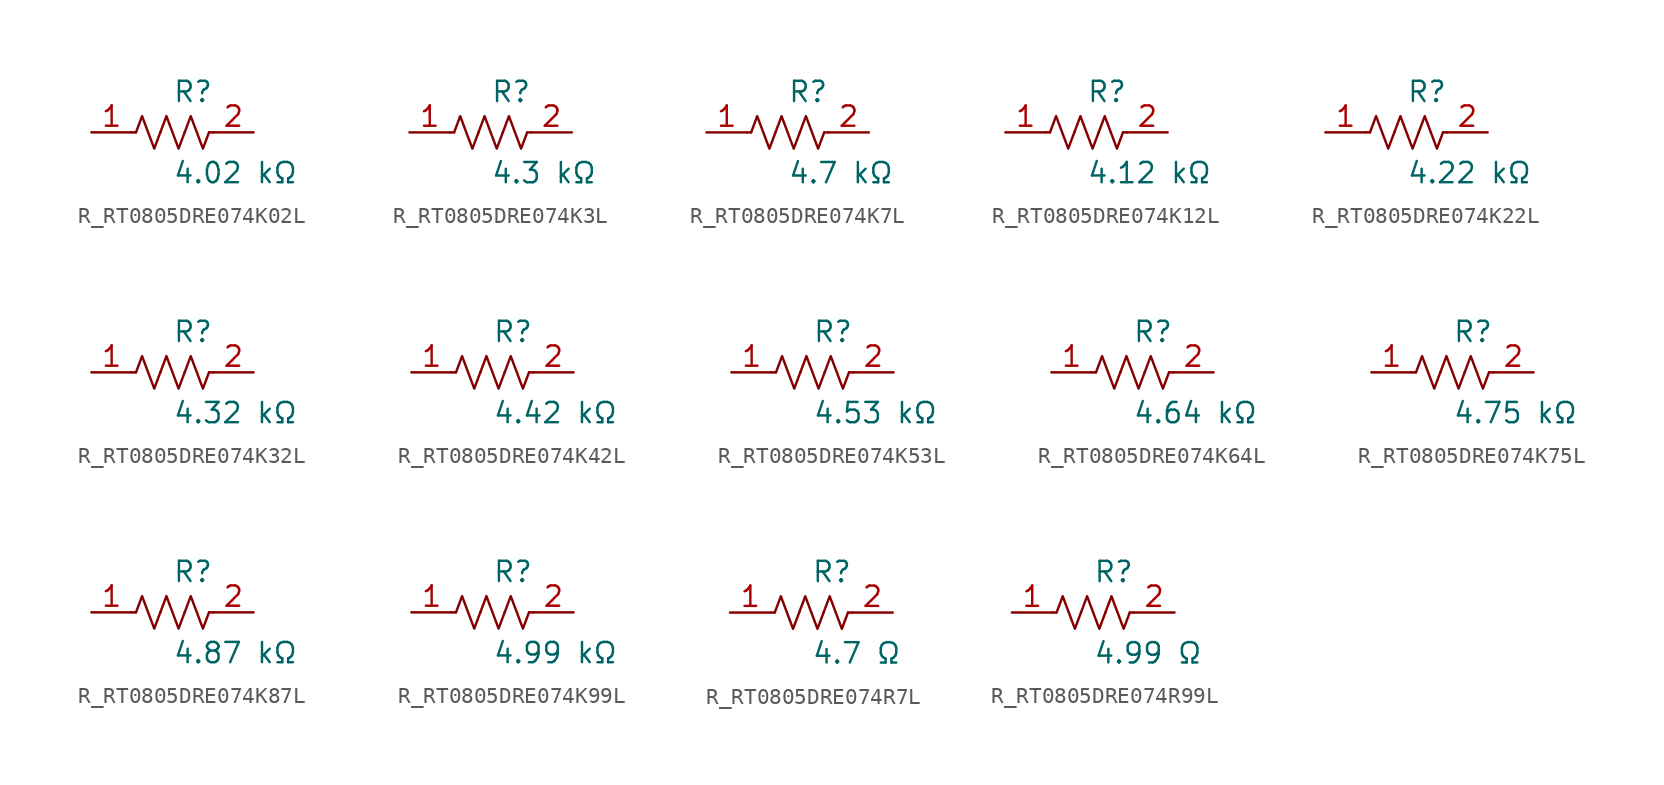
<source format=kicad_sym>
(kicad_symbol_lib
  (version 20231120)
  (generator kicad_symbol_editor)
  (generator_version 8.0)
  (symbol "R_RT0805DRE074K02L"
    (pin_names
      (offset 0.254))
    (property "Reference" "R"
      (at 0 2.54 0)
      (effects (font (size 1.27 1.27)) (justify left)))
    (property "Value" "4.02 kΩ"
      (at 0 -2.54 0)
      (effects (font (size 1.27 1.27)) (justify left)))
    (symbol "R_RT0805DRE074K02L_0_1"
      (polyline (pts (xy 2.286 0) (xy 2.54 0)) (stroke (width 0) (type default)) (fill (type none)))
      (polyline (pts (xy -2.286 0) (xy -2.54 0)) (stroke (width 0) (type default)) (fill (type none)))
      (polyline (pts (xy 0.762 0) (xy 1.143 1.016) (xy 1.524 0) (xy 1.905 -1.016) (xy 2.286 0)) (stroke (width 0) (type default)) (fill (type none)))
      (polyline (pts (xy -0.762 0) (xy -0.381 1.016) (xy 0 0) (xy 0.381 -1.016) (xy 0.762 0)) (stroke (width 0) (type default)) (fill (type none)))
      (polyline (pts (xy -2.286 0) (xy -1.905 1.016) (xy -1.524 0) (xy -1.143 -1.016) (xy -0.762 0)) (stroke (width 0) (type default)) (fill (type none))))
    (pin passive line
      (at -5.08 0 0)
      (length 2.54)
      (name "" (effects (font (size 1.27 1.27))))
      (number "1" (effects (font (size 1.27 1.27)))))
    (pin passive line
      (at 5.08 0 180)
      (length 2.54)
      (name "" (effects (font (size 1.27 1.27))))
      (number "2" (effects (font (size 1.27 1.27))))))
  (symbol "R_RT0805DRE074K3L"
    (pin_names
      (offset 0.254))
    (property "Reference" "R"
      (at 0 2.54 0)
      (effects (font (size 1.27 1.27)) (justify left)))
    (property "Value" "4.3 kΩ"
      (at 0 -2.54 0)
      (effects (font (size 1.27 1.27)) (justify left)))
    (symbol "R_RT0805DRE074K3L_0_1"
      (polyline (pts (xy 2.286 0) (xy 2.54 0)) (stroke (width 0) (type default)) (fill (type none)))
      (polyline (pts (xy -2.286 0) (xy -2.54 0)) (stroke (width 0) (type default)) (fill (type none)))
      (polyline (pts (xy 0.762 0) (xy 1.143 1.016) (xy 1.524 0) (xy 1.905 -1.016) (xy 2.286 0)) (stroke (width 0) (type default)) (fill (type none)))
      (polyline (pts (xy -0.762 0) (xy -0.381 1.016) (xy 0 0) (xy 0.381 -1.016) (xy 0.762 0)) (stroke (width 0) (type default)) (fill (type none)))
      (polyline (pts (xy -2.286 0) (xy -1.905 1.016) (xy -1.524 0) (xy -1.143 -1.016) (xy -0.762 0)) (stroke (width 0) (type default)) (fill (type none))))
    (pin passive line
      (at -5.08 0 0)
      (length 2.54)
      (name "" (effects (font (size 1.27 1.27))))
      (number "1" (effects (font (size 1.27 1.27)))))
    (pin passive line
      (at 5.08 0 180)
      (length 2.54)
      (name "" (effects (font (size 1.27 1.27))))
      (number "2" (effects (font (size 1.27 1.27))))))
  (symbol "R_RT0805DRE074K7L"
    (pin_names
      (offset 0.254))
    (property "Reference" "R"
      (at 0 2.54 0)
      (effects (font (size 1.27 1.27)) (justify left)))
    (property "Value" "4.7 kΩ"
      (at 0 -2.54 0)
      (effects (font (size 1.27 1.27)) (justify left)))
    (symbol "R_RT0805DRE074K7L_0_1"
      (polyline (pts (xy 2.286 0) (xy 2.54 0)) (stroke (width 0) (type default)) (fill (type none)))
      (polyline (pts (xy -2.286 0) (xy -2.54 0)) (stroke (width 0) (type default)) (fill (type none)))
      (polyline (pts (xy 0.762 0) (xy 1.143 1.016) (xy 1.524 0) (xy 1.905 -1.016) (xy 2.286 0)) (stroke (width 0) (type default)) (fill (type none)))
      (polyline (pts (xy -0.762 0) (xy -0.381 1.016) (xy 0 0) (xy 0.381 -1.016) (xy 0.762 0)) (stroke (width 0) (type default)) (fill (type none)))
      (polyline (pts (xy -2.286 0) (xy -1.905 1.016) (xy -1.524 0) (xy -1.143 -1.016) (xy -0.762 0)) (stroke (width 0) (type default)) (fill (type none))))
    (pin passive line
      (at -5.08 0 0)
      (length 2.54)
      (name "" (effects (font (size 1.27 1.27))))
      (number "1" (effects (font (size 1.27 1.27)))))
    (pin passive line
      (at 5.08 0 180)
      (length 2.54)
      (name "" (effects (font (size 1.27 1.27))))
      (number "2" (effects (font (size 1.27 1.27))))))
  (symbol "R_RT0805DRE074K12L"
    (pin_names
      (offset 0.254))
    (property "Reference" "R"
      (at 0 2.54 0)
      (effects (font (size 1.27 1.27)) (justify left)))
    (property "Value" "4.12 kΩ"
      (at 0 -2.54 0)
      (effects (font (size 1.27 1.27)) (justify left)))
    (symbol "R_RT0805DRE074K12L_0_1"
      (polyline (pts (xy 2.286 0) (xy 2.54 0)) (stroke (width 0) (type default)) (fill (type none)))
      (polyline (pts (xy -2.286 0) (xy -2.54 0)) (stroke (width 0) (type default)) (fill (type none)))
      (polyline (pts (xy 0.762 0) (xy 1.143 1.016) (xy 1.524 0) (xy 1.905 -1.016) (xy 2.286 0)) (stroke (width 0) (type default)) (fill (type none)))
      (polyline (pts (xy -0.762 0) (xy -0.381 1.016) (xy 0 0) (xy 0.381 -1.016) (xy 0.762 0)) (stroke (width 0) (type default)) (fill (type none)))
      (polyline (pts (xy -2.286 0) (xy -1.905 1.016) (xy -1.524 0) (xy -1.143 -1.016) (xy -0.762 0)) (stroke (width 0) (type default)) (fill (type none))))
    (pin passive line
      (at -5.08 0 0)
      (length 2.54)
      (name "" (effects (font (size 1.27 1.27))))
      (number "1" (effects (font (size 1.27 1.27)))))
    (pin passive line
      (at 5.08 0 180)
      (length 2.54)
      (name "" (effects (font (size 1.27 1.27))))
      (number "2" (effects (font (size 1.27 1.27))))))
  (symbol "R_RT0805DRE074K22L"
    (pin_names
      (offset 0.254))
    (property "Reference" "R"
      (at 0 2.54 0)
      (effects (font (size 1.27 1.27)) (justify left)))
    (property "Value" "4.22 kΩ"
      (at 0 -2.54 0)
      (effects (font (size 1.27 1.27)) (justify left)))
    (symbol "R_RT0805DRE074K22L_0_1"
      (polyline (pts (xy 2.286 0) (xy 2.54 0)) (stroke (width 0) (type default)) (fill (type none)))
      (polyline (pts (xy -2.286 0) (xy -2.54 0)) (stroke (width 0) (type default)) (fill (type none)))
      (polyline (pts (xy 0.762 0) (xy 1.143 1.016) (xy 1.524 0) (xy 1.905 -1.016) (xy 2.286 0)) (stroke (width 0) (type default)) (fill (type none)))
      (polyline (pts (xy -0.762 0) (xy -0.381 1.016) (xy 0 0) (xy 0.381 -1.016) (xy 0.762 0)) (stroke (width 0) (type default)) (fill (type none)))
      (polyline (pts (xy -2.286 0) (xy -1.905 1.016) (xy -1.524 0) (xy -1.143 -1.016) (xy -0.762 0)) (stroke (width 0) (type default)) (fill (type none))))
    (pin passive line
      (at -5.08 0 0)
      (length 2.54)
      (name "" (effects (font (size 1.27 1.27))))
      (number "1" (effects (font (size 1.27 1.27)))))
    (pin passive line
      (at 5.08 0 180)
      (length 2.54)
      (name "" (effects (font (size 1.27 1.27))))
      (number "2" (effects (font (size 1.27 1.27))))))
  (symbol "R_RT0805DRE074K32L"
    (pin_names
      (offset 0.254))
    (property "Reference" "R"
      (at 0 2.54 0)
      (effects (font (size 1.27 1.27)) (justify left)))
    (property "Value" "4.32 kΩ"
      (at 0 -2.54 0)
      (effects (font (size 1.27 1.27)) (justify left)))
    (symbol "R_RT0805DRE074K32L_0_1"
      (polyline (pts (xy 2.286 0) (xy 2.54 0)) (stroke (width 0) (type default)) (fill (type none)))
      (polyline (pts (xy -2.286 0) (xy -2.54 0)) (stroke (width 0) (type default)) (fill (type none)))
      (polyline (pts (xy 0.762 0) (xy 1.143 1.016) (xy 1.524 0) (xy 1.905 -1.016) (xy 2.286 0)) (stroke (width 0) (type default)) (fill (type none)))
      (polyline (pts (xy -0.762 0) (xy -0.381 1.016) (xy 0 0) (xy 0.381 -1.016) (xy 0.762 0)) (stroke (width 0) (type default)) (fill (type none)))
      (polyline (pts (xy -2.286 0) (xy -1.905 1.016) (xy -1.524 0) (xy -1.143 -1.016) (xy -0.762 0)) (stroke (width 0) (type default)) (fill (type none))))
    (pin passive line
      (at -5.08 0 0)
      (length 2.54)
      (name "" (effects (font (size 1.27 1.27))))
      (number "1" (effects (font (size 1.27 1.27)))))
    (pin passive line
      (at 5.08 0 180)
      (length 2.54)
      (name "" (effects (font (size 1.27 1.27))))
      (number "2" (effects (font (size 1.27 1.27))))))
  (symbol "R_RT0805DRE074K42L"
    (pin_names
      (offset 0.254))
    (property "Reference" "R"
      (at 0 2.54 0)
      (effects (font (size 1.27 1.27)) (justify left)))
    (property "Value" "4.42 kΩ"
      (at 0 -2.54 0)
      (effects (font (size 1.27 1.27)) (justify left)))
    (symbol "R_RT0805DRE074K42L_0_1"
      (polyline (pts (xy 2.286 0) (xy 2.54 0)) (stroke (width 0) (type default)) (fill (type none)))
      (polyline (pts (xy -2.286 0) (xy -2.54 0)) (stroke (width 0) (type default)) (fill (type none)))
      (polyline (pts (xy 0.762 0) (xy 1.143 1.016) (xy 1.524 0) (xy 1.905 -1.016) (xy 2.286 0)) (stroke (width 0) (type default)) (fill (type none)))
      (polyline (pts (xy -0.762 0) (xy -0.381 1.016) (xy 0 0) (xy 0.381 -1.016) (xy 0.762 0)) (stroke (width 0) (type default)) (fill (type none)))
      (polyline (pts (xy -2.286 0) (xy -1.905 1.016) (xy -1.524 0) (xy -1.143 -1.016) (xy -0.762 0)) (stroke (width 0) (type default)) (fill (type none))))
    (pin passive line
      (at -5.08 0 0)
      (length 2.54)
      (name "" (effects (font (size 1.27 1.27))))
      (number "1" (effects (font (size 1.27 1.27)))))
    (pin passive line
      (at 5.08 0 180)
      (length 2.54)
      (name "" (effects (font (size 1.27 1.27))))
      (number "2" (effects (font (size 1.27 1.27))))))
  (symbol "R_RT0805DRE074K53L"
    (pin_names
      (offset 0.254))
    (property "Reference" "R"
      (at 0 2.54 0)
      (effects (font (size 1.27 1.27)) (justify left)))
    (property "Value" "4.53 kΩ"
      (at 0 -2.54 0)
      (effects (font (size 1.27 1.27)) (justify left)))
    (symbol "R_RT0805DRE074K53L_0_1"
      (polyline (pts (xy 2.286 0) (xy 2.54 0)) (stroke (width 0) (type default)) (fill (type none)))
      (polyline (pts (xy -2.286 0) (xy -2.54 0)) (stroke (width 0) (type default)) (fill (type none)))
      (polyline (pts (xy 0.762 0) (xy 1.143 1.016) (xy 1.524 0) (xy 1.905 -1.016) (xy 2.286 0)) (stroke (width 0) (type default)) (fill (type none)))
      (polyline (pts (xy -0.762 0) (xy -0.381 1.016) (xy 0 0) (xy 0.381 -1.016) (xy 0.762 0)) (stroke (width 0) (type default)) (fill (type none)))
      (polyline (pts (xy -2.286 0) (xy -1.905 1.016) (xy -1.524 0) (xy -1.143 -1.016) (xy -0.762 0)) (stroke (width 0) (type default)) (fill (type none))))
    (pin passive line
      (at -5.08 0 0)
      (length 2.54)
      (name "" (effects (font (size 1.27 1.27))))
      (number "1" (effects (font (size 1.27 1.27)))))
    (pin passive line
      (at 5.08 0 180)
      (length 2.54)
      (name "" (effects (font (size 1.27 1.27))))
      (number "2" (effects (font (size 1.27 1.27))))))
  (symbol "R_RT0805DRE074K64L"
    (pin_names
      (offset 0.254))
    (property "Reference" "R"
      (at 0 2.54 0)
      (effects (font (size 1.27 1.27)) (justify left)))
    (property "Value" "4.64 kΩ"
      (at 0 -2.54 0)
      (effects (font (size 1.27 1.27)) (justify left)))
    (symbol "R_RT0805DRE074K64L_0_1"
      (polyline (pts (xy 2.286 0) (xy 2.54 0)) (stroke (width 0) (type default)) (fill (type none)))
      (polyline (pts (xy -2.286 0) (xy -2.54 0)) (stroke (width 0) (type default)) (fill (type none)))
      (polyline (pts (xy 0.762 0) (xy 1.143 1.016) (xy 1.524 0) (xy 1.905 -1.016) (xy 2.286 0)) (stroke (width 0) (type default)) (fill (type none)))
      (polyline (pts (xy -0.762 0) (xy -0.381 1.016) (xy 0 0) (xy 0.381 -1.016) (xy 0.762 0)) (stroke (width 0) (type default)) (fill (type none)))
      (polyline (pts (xy -2.286 0) (xy -1.905 1.016) (xy -1.524 0) (xy -1.143 -1.016) (xy -0.762 0)) (stroke (width 0) (type default)) (fill (type none))))
    (pin passive line
      (at -5.08 0 0)
      (length 2.54)
      (name "" (effects (font (size 1.27 1.27))))
      (number "1" (effects (font (size 1.27 1.27)))))
    (pin passive line
      (at 5.08 0 180)
      (length 2.54)
      (name "" (effects (font (size 1.27 1.27))))
      (number "2" (effects (font (size 1.27 1.27))))))
  (symbol "R_RT0805DRE074K75L"
    (pin_names
      (offset 0.254))
    (property "Reference" "R"
      (at 0 2.54 0)
      (effects (font (size 1.27 1.27)) (justify left)))
    (property "Value" "4.75 kΩ"
      (at 0 -2.54 0)
      (effects (font (size 1.27 1.27)) (justify left)))
    (symbol "R_RT0805DRE074K75L_0_1"
      (polyline (pts (xy 2.286 0) (xy 2.54 0)) (stroke (width 0) (type default)) (fill (type none)))
      (polyline (pts (xy -2.286 0) (xy -2.54 0)) (stroke (width 0) (type default)) (fill (type none)))
      (polyline (pts (xy 0.762 0) (xy 1.143 1.016) (xy 1.524 0) (xy 1.905 -1.016) (xy 2.286 0)) (stroke (width 0) (type default)) (fill (type none)))
      (polyline (pts (xy -0.762 0) (xy -0.381 1.016) (xy 0 0) (xy 0.381 -1.016) (xy 0.762 0)) (stroke (width 0) (type default)) (fill (type none)))
      (polyline (pts (xy -2.286 0) (xy -1.905 1.016) (xy -1.524 0) (xy -1.143 -1.016) (xy -0.762 0)) (stroke (width 0) (type default)) (fill (type none))))
    (pin passive line
      (at -5.08 0 0)
      (length 2.54)
      (name "" (effects (font (size 1.27 1.27))))
      (number "1" (effects (font (size 1.27 1.27)))))
    (pin passive line
      (at 5.08 0 180)
      (length 2.54)
      (name "" (effects (font (size 1.27 1.27))))
      (number "2" (effects (font (size 1.27 1.27))))))
  (symbol "R_RT0805DRE074K87L"
    (pin_names
      (offset 0.254))
    (property "Reference" "R"
      (at 0 2.54 0)
      (effects (font (size 1.27 1.27)) (justify left)))
    (property "Value" "4.87 kΩ"
      (at 0 -2.54 0)
      (effects (font (size 1.27 1.27)) (justify left)))
    (symbol "R_RT0805DRE074K87L_0_1"
      (polyline (pts (xy 2.286 0) (xy 2.54 0)) (stroke (width 0) (type default)) (fill (type none)))
      (polyline (pts (xy -2.286 0) (xy -2.54 0)) (stroke (width 0) (type default)) (fill (type none)))
      (polyline (pts (xy 0.762 0) (xy 1.143 1.016) (xy 1.524 0) (xy 1.905 -1.016) (xy 2.286 0)) (stroke (width 0) (type default)) (fill (type none)))
      (polyline (pts (xy -0.762 0) (xy -0.381 1.016) (xy 0 0) (xy 0.381 -1.016) (xy 0.762 0)) (stroke (width 0) (type default)) (fill (type none)))
      (polyline (pts (xy -2.286 0) (xy -1.905 1.016) (xy -1.524 0) (xy -1.143 -1.016) (xy -0.762 0)) (stroke (width 0) (type default)) (fill (type none))))
    (pin passive line
      (at -5.08 0 0)
      (length 2.54)
      (name "" (effects (font (size 1.27 1.27))))
      (number "1" (effects (font (size 1.27 1.27)))))
    (pin passive line
      (at 5.08 0 180)
      (length 2.54)
      (name "" (effects (font (size 1.27 1.27))))
      (number "2" (effects (font (size 1.27 1.27))))))
  (symbol "R_RT0805DRE074K99L"
    (pin_names
      (offset 0.254))
    (property "Reference" "R"
      (at 0 2.54 0)
      (effects (font (size 1.27 1.27)) (justify left)))
    (property "Value" "4.99 kΩ"
      (at 0 -2.54 0)
      (effects (font (size 1.27 1.27)) (justify left)))
    (symbol "R_RT0805DRE074K99L_0_1"
      (polyline (pts (xy 2.286 0) (xy 2.54 0)) (stroke (width 0) (type default)) (fill (type none)))
      (polyline (pts (xy -2.286 0) (xy -2.54 0)) (stroke (width 0) (type default)) (fill (type none)))
      (polyline (pts (xy 0.762 0) (xy 1.143 1.016) (xy 1.524 0) (xy 1.905 -1.016) (xy 2.286 0)) (stroke (width 0) (type default)) (fill (type none)))
      (polyline (pts (xy -0.762 0) (xy -0.381 1.016) (xy 0 0) (xy 0.381 -1.016) (xy 0.762 0)) (stroke (width 0) (type default)) (fill (type none)))
      (polyline (pts (xy -2.286 0) (xy -1.905 1.016) (xy -1.524 0) (xy -1.143 -1.016) (xy -0.762 0)) (stroke (width 0) (type default)) (fill (type none))))
    (pin passive line
      (at -5.08 0 0)
      (length 2.54)
      (name "" (effects (font (size 1.27 1.27))))
      (number "1" (effects (font (size 1.27 1.27)))))
    (pin passive line
      (at 5.08 0 180)
      (length 2.54)
      (name "" (effects (font (size 1.27 1.27))))
      (number "2" (effects (font (size 1.27 1.27))))))
  (symbol "R_RT0805DRE074R7L"
    (pin_names
      (offset 0.254))
    (property "Reference" "R"
      (at 0 2.54 0)
      (effects (font (size 1.27 1.27)) (justify left)))
    (property "Value" "4.7 Ω"
      (at 0 -2.54 0)
      (effects (font (size 1.27 1.27)) (justify left)))
    (symbol "R_RT0805DRE074R7L_0_1"
      (polyline (pts (xy 2.286 0) (xy 2.54 0)) (stroke (width 0) (type default)) (fill (type none)))
      (polyline (pts (xy -2.286 0) (xy -2.54 0)) (stroke (width 0) (type default)) (fill (type none)))
      (polyline (pts (xy 0.762 0) (xy 1.143 1.016) (xy 1.524 0) (xy 1.905 -1.016) (xy 2.286 0)) (stroke (width 0) (type default)) (fill (type none)))
      (polyline (pts (xy -0.762 0) (xy -0.381 1.016) (xy 0 0) (xy 0.381 -1.016) (xy 0.762 0)) (stroke (width 0) (type default)) (fill (type none)))
      (polyline (pts (xy -2.286 0) (xy -1.905 1.016) (xy -1.524 0) (xy -1.143 -1.016) (xy -0.762 0)) (stroke (width 0) (type default)) (fill (type none))))
    (pin passive line
      (at -5.08 0 0)
      (length 2.54)
      (name "" (effects (font (size 1.27 1.27))))
      (number "1" (effects (font (size 1.27 1.27)))))
    (pin passive line
      (at 5.08 0 180)
      (length 2.54)
      (name "" (effects (font (size 1.27 1.27))))
      (number "2" (effects (font (size 1.27 1.27))))))
  (symbol "R_RT0805DRE074R99L"
    (pin_names
      (offset 0.254))
    (property "Reference" "R"
      (at 0 2.54 0)
      (effects (font (size 1.27 1.27)) (justify left)))
    (property "Value" "4.99 Ω"
      (at 0 -2.54 0)
      (effects (font (size 1.27 1.27)) (justify left)))
    (symbol "R_RT0805DRE074R99L_0_1"
      (polyline (pts (xy 2.286 0) (xy 2.54 0)) (stroke (width 0) (type default)) (fill (type none)))
      (polyline (pts (xy -2.286 0) (xy -2.54 0)) (stroke (width 0) (type default)) (fill (type none)))
      (polyline (pts (xy 0.762 0) (xy 1.143 1.016) (xy 1.524 0) (xy 1.905 -1.016) (xy 2.286 0)) (stroke (width 0) (type default)) (fill (type none)))
      (polyline (pts (xy -0.762 0) (xy -0.381 1.016) (xy 0 0) (xy 0.381 -1.016) (xy 0.762 0)) (stroke (width 0) (type default)) (fill (type none)))
      (polyline (pts (xy -2.286 0) (xy -1.905 1.016) (xy -1.524 0) (xy -1.143 -1.016) (xy -0.762 0)) (stroke (width 0) (type default)) (fill (type none))))
    (pin passive line
      (at -5.08 0 0)
      (length 2.54)
      (name "" (effects (font (size 1.27 1.27))))
      (number "1" (effects (font (size 1.27 1.27)))))
    (pin passive line
      (at 5.08 0 180)
      (length 2.54)
      (name "" (effects (font (size 1.27 1.27))))
      (number "2" (effects (font (size 1.27 1.27)))))))
</source>
